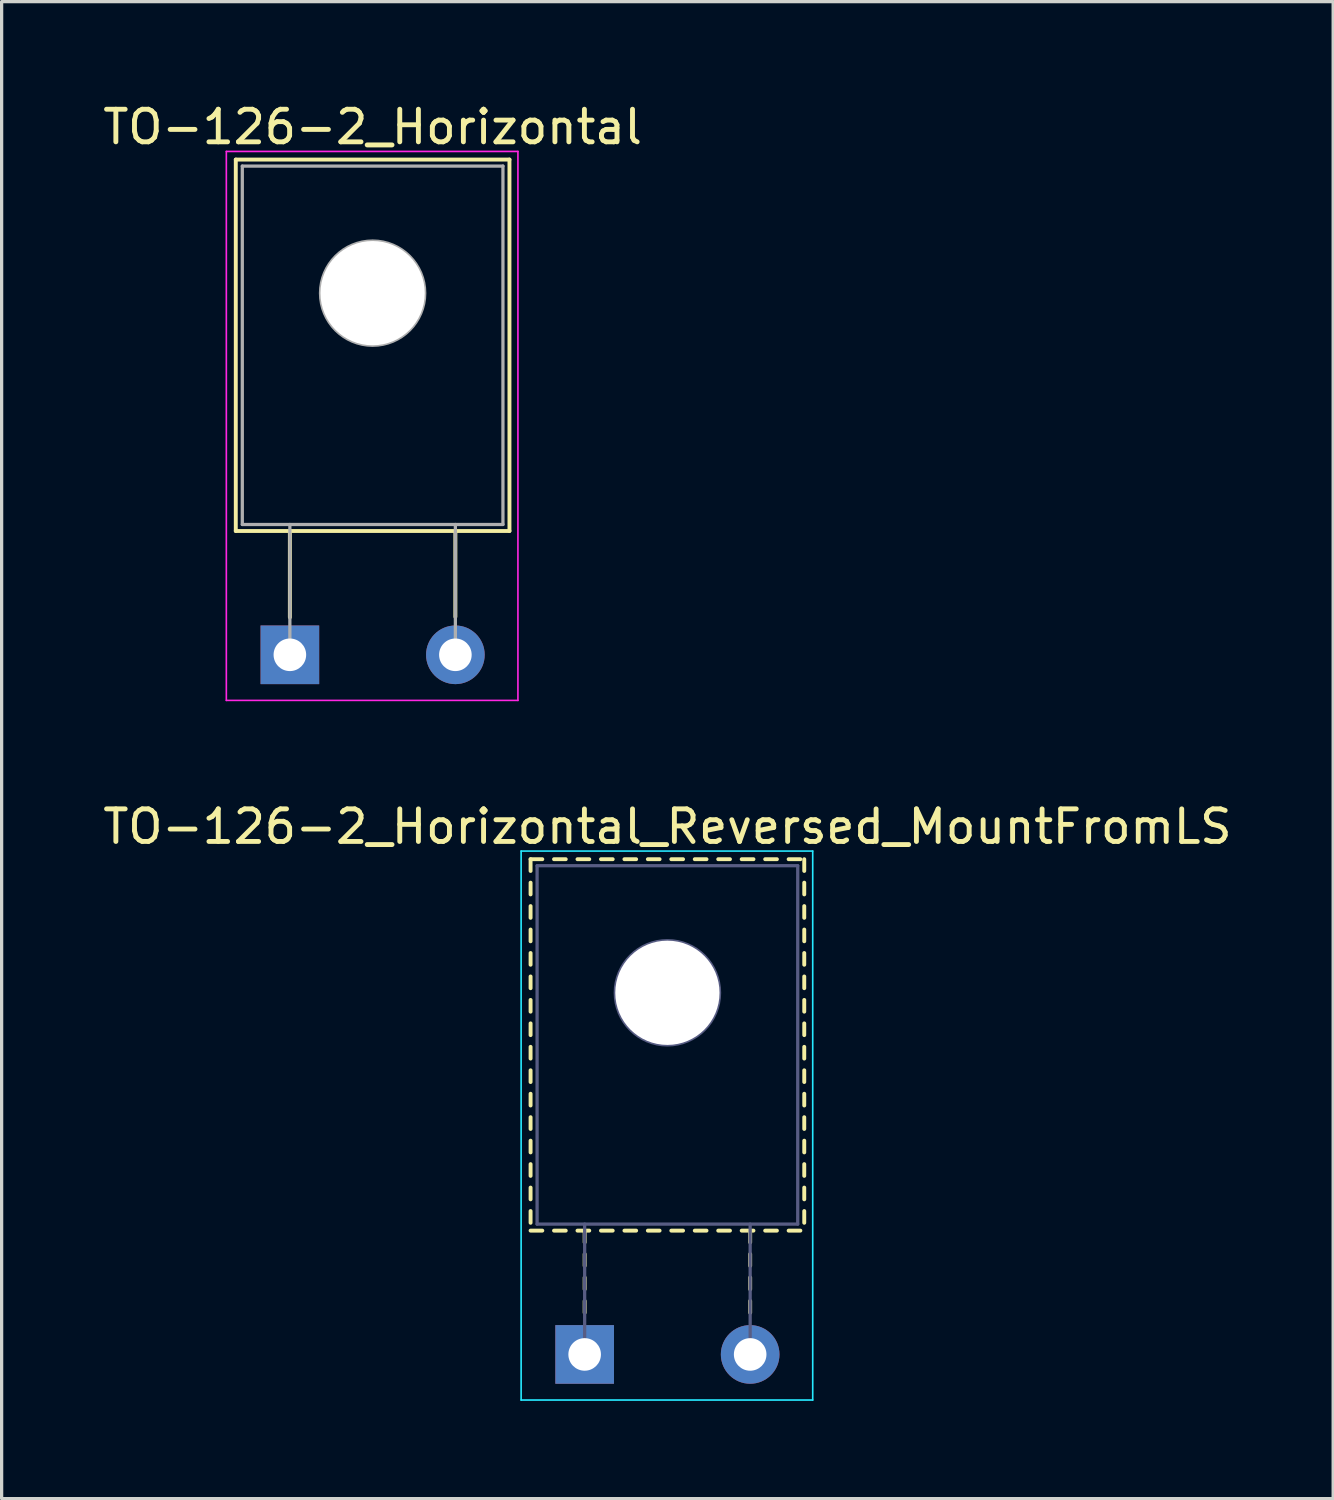
<source format=kicad_pcb>
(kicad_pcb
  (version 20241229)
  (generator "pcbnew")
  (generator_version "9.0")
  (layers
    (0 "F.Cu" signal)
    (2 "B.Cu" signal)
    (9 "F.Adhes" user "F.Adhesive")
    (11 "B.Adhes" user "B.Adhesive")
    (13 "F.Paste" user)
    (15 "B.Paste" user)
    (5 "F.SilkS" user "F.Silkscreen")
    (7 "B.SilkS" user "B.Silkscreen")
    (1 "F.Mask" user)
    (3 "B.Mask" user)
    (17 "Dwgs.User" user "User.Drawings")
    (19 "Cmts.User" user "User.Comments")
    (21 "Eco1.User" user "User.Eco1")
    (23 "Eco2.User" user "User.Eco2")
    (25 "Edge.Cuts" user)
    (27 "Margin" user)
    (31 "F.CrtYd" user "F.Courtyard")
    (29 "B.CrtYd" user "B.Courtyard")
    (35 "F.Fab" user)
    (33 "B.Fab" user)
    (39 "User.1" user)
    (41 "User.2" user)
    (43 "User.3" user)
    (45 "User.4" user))
  (footprint "TO-126-2_Horizontal"
    (layer "F.Cu")
    (at 5.847 17.048)
    (property "Reference" "TO-126-2_Horizontal" (at 2.54 -16.2 0) (layer "F.SilkS") (effects (font (size 1 1) (thickness 0.15))))
    (attr through_hole)
    (fp_line (start -1.66 -15.2) (end -1.66 -3.8) (stroke (width 0.12) (type solid)) (layer "F.SilkS"))
    (fp_line (start -1.66 -15.2) (end 6.74 -15.2) (stroke (width 0.12) (type solid)) (layer "F.SilkS"))
    (fp_line (start -1.66 -3.8) (end 6.74 -3.8) (stroke (width 0.12) (type solid)) (layer "F.SilkS"))
    (fp_line (start 0 -3.8) (end 0 -1.15) (stroke (width 0.12) (type solid)) (layer "F.SilkS"))
    (fp_line (start 5.08 -3.8) (end 5.08 -1.165) (stroke (width 0.12) (type solid)) (layer "F.SilkS"))
    (fp_line (start 6.74 -15.2) (end 6.74 -3.8) (stroke (width 0.12) (type solid)) (layer "F.SilkS"))
    (fp_line (start -1.95 -15.45) (end -1.95 1.4) (stroke (width 0.05) (type solid)) (layer "F.CrtYd"))
    (fp_line (start -1.95 1.4) (end 7 1.4) (stroke (width 0.05) (type solid)) (layer "F.CrtYd"))
    (fp_line (start 7 -15.45) (end -1.95 -15.45) (stroke (width 0.05) (type solid)) (layer "F.CrtYd"))
    (fp_line (start 7 1.4) (end 7 -15.45) (stroke (width 0.05) (type solid)) (layer "F.CrtYd"))
    (fp_line (start -1.46 -15) (end 6.54 -15) (stroke (width 0.1) (type solid)) (layer "F.Fab"))
    (fp_line (start -1.46 -4) (end -1.46 -15) (stroke (width 0.1) (type solid)) (layer "F.Fab"))
    (fp_line (start 0 -4) (end 0 0) (stroke (width 0.1) (type solid)) (layer "F.Fab"))
    (fp_line (start 5.08 -4) (end 5.08 0) (stroke (width 0.1) (type solid)) (layer "F.Fab"))
    (fp_line (start 6.54 -15) (end 6.54 -4) (stroke (width 0.1) (type solid)) (layer "F.Fab"))
    (fp_line (start 6.54 -4) (end -1.46 -4) (stroke (width 0.1) (type solid)) (layer "F.Fab"))
    (fp_circle (center 2.54 -11.1) (end 4.14 -11.1) (stroke (width 0.1) (type solid)) (fill no) (layer "F.Fab"))
    (pad "" np_thru_hole oval (at 2.54 -11.1) (size 3.2 3.2) (drill 3.2) (layers "*.Cu" "*.Mask"))
    (pad "1" thru_hole rect (at 0 0) (size 1.8 1.8) (drill 1) (layers "*.Cu" "*.Mask"))
    (pad "2" thru_hole oval (at 5.08 0) (size 1.8 1.8) (drill 1) (layers "*.Cu" "*.Mask")))
  (footprint "TO-126-2_Horizontal_Reversed_MountFromLS"
    (layer "F.Cu")
    (at 14.895 38.522)
    (property "Reference" "TO-126-2_Horizontal_Reversed_MountFromLS" (at 2.54 -16.2 0) (layer "F.SilkS") (effects (font (size 1 1) (thickness 0.15))))
    (attr through_hole)
    (fp_line (start -1.66 -15.2) (end -1.66 -14.84) (stroke (width 0.12) (type solid)) (layer "F.SilkS"))
    (fp_line (start -1.66 -15.2) (end -1.3 -15.2) (stroke (width 0.12) (type solid)) (layer "F.SilkS"))
    (fp_line (start -1.66 -14.48) (end -1.66 -14.12) (stroke (width 0.12) (type solid)) (layer "F.SilkS"))
    (fp_line (start -1.66 -13.761) (end -1.66 -13.401) (stroke (width 0.12) (type solid)) (layer "F.SilkS"))
    (fp_line (start -1.66 -13.041) (end -1.66 -12.681) (stroke (width 0.12) (type solid)) (layer "F.SilkS"))
    (fp_line (start -1.66 -12.321) (end -1.66 -11.961) (stroke (width 0.12) (type solid)) (layer "F.SilkS"))
    (fp_line (start -1.66 -11.601) (end -1.66 -11.241) (stroke (width 0.12) (type solid)) (layer "F.SilkS"))
    (fp_line (start -1.66 -10.881) (end -1.66 -10.521) (stroke (width 0.12) (type solid)) (layer "F.SilkS"))
    (fp_line (start -1.66 -10.161) (end -1.66 -9.801) (stroke (width 0.12) (type solid)) (layer "F.SilkS"))
    (fp_line (start -1.66 -9.441) (end -1.66 -9.081) (stroke (width 0.12) (type solid)) (layer "F.SilkS"))
    (fp_line (start -1.66 -8.721) (end -1.66 -8.361) (stroke (width 0.12) (type solid)) (layer "F.SilkS"))
    (fp_line (start -1.66 -8.001) (end -1.66 -7.641) (stroke (width 0.12) (type solid)) (layer "F.SilkS"))
    (fp_line (start -1.66 -7.281) (end -1.66 -6.921) (stroke (width 0.12) (type solid)) (layer "F.SilkS"))
    (fp_line (start -1.66 -6.561) (end -1.66 -6.201) (stroke (width 0.12) (type solid)) (layer "F.SilkS"))
    (fp_line (start -1.66 -5.841) (end -1.66 -5.481) (stroke (width 0.12) (type solid)) (layer "F.SilkS"))
    (fp_line (start -1.66 -5.121) (end -1.66 -4.761) (stroke (width 0.12) (type solid)) (layer "F.SilkS"))
    (fp_line (start -1.66 -4.401) (end -1.66 -4.041) (stroke (width 0.12) (type solid)) (layer "F.SilkS"))
    (fp_line (start -1.66 -3.8) (end -1.3 -3.8) (stroke (width 0.12) (type solid)) (layer "F.SilkS"))
    (fp_line (start -0.94 -15.2) (end -0.58 -15.2) (stroke (width 0.12) (type solid)) (layer "F.SilkS"))
    (fp_line (start -0.94 -3.8) (end -0.58 -3.8) (stroke (width 0.12) (type solid)) (layer "F.SilkS"))
    (fp_line (start -0.22 -15.2) (end 0.141 -15.2) (stroke (width 0.12) (type solid)) (layer "F.SilkS"))
    (fp_line (start -0.22 -3.8) (end 0.141 -3.8) (stroke (width 0.12) (type solid)) (layer "F.SilkS"))
    (fp_line (start 0 -3.8) (end 0 -3.44) (stroke (width 0.12) (type solid)) (layer "F.SilkS"))
    (fp_line (start 0 -3.08) (end 0 -2.72) (stroke (width 0.12) (type solid)) (layer "F.SilkS"))
    (fp_line (start 0 -2.361) (end 0 -2.001) (stroke (width 0.12) (type solid)) (layer "F.SilkS"))
    (fp_line (start 0 -1.641) (end 0 -1.281) (stroke (width 0.12) (type solid)) (layer "F.SilkS"))
    (fp_line (start 0.501 -15.2) (end 0.861 -15.2) (stroke (width 0.12) (type solid)) (layer "F.SilkS"))
    (fp_line (start 0.501 -3.8) (end 0.861 -3.8) (stroke (width 0.12) (type solid)) (layer "F.SilkS"))
    (fp_line (start 1.221 -15.2) (end 1.58 -15.2) (stroke (width 0.12) (type solid)) (layer "F.SilkS"))
    (fp_line (start 1.221 -3.8) (end 1.58 -3.8) (stroke (width 0.12) (type solid)) (layer "F.SilkS"))
    (fp_line (start 1.94 -15.2) (end 2.3 -15.2) (stroke (width 0.12) (type solid)) (layer "F.SilkS"))
    (fp_line (start 1.94 -3.8) (end 2.3 -3.8) (stroke (width 0.12) (type solid)) (layer "F.SilkS"))
    (fp_line (start 2.66 -15.2) (end 3.02 -15.2) (stroke (width 0.12) (type solid)) (layer "F.SilkS"))
    (fp_line (start 2.66 -3.8) (end 3.02 -3.8) (stroke (width 0.12) (type solid)) (layer "F.SilkS"))
    (fp_line (start 3.38 -15.2) (end 3.74 -15.2) (stroke (width 0.12) (type solid)) (layer "F.SilkS"))
    (fp_line (start 3.38 -3.8) (end 3.74 -3.8) (stroke (width 0.12) (type solid)) (layer "F.SilkS"))
    (fp_line (start 4.1 -15.2) (end 4.46 -15.2) (stroke (width 0.12) (type solid)) (layer "F.SilkS"))
    (fp_line (start 4.1 -3.8) (end 4.46 -3.8) (stroke (width 0.12) (type solid)) (layer "F.SilkS"))
    (fp_line (start 4.82 -15.2) (end 5.181 -15.2) (stroke (width 0.12) (type solid)) (layer "F.SilkS"))
    (fp_line (start 4.82 -3.8) (end 5.181 -3.8) (stroke (width 0.12) (type solid)) (layer "F.SilkS"))
    (fp_line (start 5.08 -3.8) (end 5.08 -3.44) (stroke (width 0.12) (type solid)) (layer "F.SilkS"))
    (fp_line (start 5.08 -3.08) (end 5.08 -2.72) (stroke (width 0.12) (type solid)) (layer "F.SilkS"))
    (fp_line (start 5.08 -2.361) (end 5.08 -2.001) (stroke (width 0.12) (type solid)) (layer "F.SilkS"))
    (fp_line (start 5.08 -1.641) (end 5.08 -1.281) (stroke (width 0.12) (type solid)) (layer "F.SilkS"))
    (fp_line (start 5.541 -15.2) (end 5.901 -15.2) (stroke (width 0.12) (type solid)) (layer "F.SilkS"))
    (fp_line (start 5.541 -3.8) (end 5.901 -3.8) (stroke (width 0.12) (type solid)) (layer "F.SilkS"))
    (fp_line (start 6.261 -15.2) (end 6.621 -15.2) (stroke (width 0.12) (type solid)) (layer "F.SilkS"))
    (fp_line (start 6.261 -3.8) (end 6.621 -3.8) (stroke (width 0.12) (type solid)) (layer "F.SilkS"))
    (fp_line (start 6.74 -15.2) (end 6.74 -14.84) (stroke (width 0.12) (type solid)) (layer "F.SilkS"))
    (fp_line (start 6.74 -14.48) (end 6.74 -14.12) (stroke (width 0.12) (type solid)) (layer "F.SilkS"))
    (fp_line (start 6.74 -13.761) (end 6.74 -13.401) (stroke (width 0.12) (type solid)) (layer "F.SilkS"))
    (fp_line (start 6.74 -13.041) (end 6.74 -12.681) (stroke (width 0.12) (type solid)) (layer "F.SilkS"))
    (fp_line (start 6.74 -12.321) (end 6.74 -11.961) (stroke (width 0.12) (type solid)) (layer "F.SilkS"))
    (fp_line (start 6.74 -11.601) (end 6.74 -11.241) (stroke (width 0.12) (type solid)) (layer "F.SilkS"))
    (fp_line (start 6.74 -10.881) (end 6.74 -10.521) (stroke (width 0.12) (type solid)) (layer "F.SilkS"))
    (fp_line (start 6.74 -10.161) (end 6.74 -9.801) (stroke (width 0.12) (type solid)) (layer "F.SilkS"))
    (fp_line (start 6.74 -9.441) (end 6.74 -9.081) (stroke (width 0.12) (type solid)) (layer "F.SilkS"))
    (fp_line (start 6.74 -8.721) (end 6.74 -8.361) (stroke (width 0.12) (type solid)) (layer "F.SilkS"))
    (fp_line (start 6.74 -8.001) (end 6.74 -7.641) (stroke (width 0.12) (type solid)) (layer "F.SilkS"))
    (fp_line (start 6.74 -7.281) (end 6.74 -6.921) (stroke (width 0.12) (type solid)) (layer "F.SilkS"))
    (fp_line (start 6.74 -6.561) (end 6.74 -6.201) (stroke (width 0.12) (type solid)) (layer "F.SilkS"))
    (fp_line (start 6.74 -5.841) (end 6.74 -5.481) (stroke (width 0.12) (type solid)) (layer "F.SilkS"))
    (fp_line (start 6.74 -5.121) (end 6.74 -4.761) (stroke (width 0.12) (type solid)) (layer "F.SilkS"))
    (fp_line (start 6.74 -4.401) (end 6.74 -4.041) (stroke (width 0.12) (type solid)) (layer "F.SilkS"))
    (fp_line (start -1.95 -15.45) (end -1.95 1.4) (stroke (width 0.05) (type solid)) (layer "B.CrtYd"))
    (fp_line (start -1.95 1.4) (end 7 1.4) (stroke (width 0.05) (type solid)) (layer "B.CrtYd"))
    (fp_line (start 7 -15.45) (end -1.95 -15.45) (stroke (width 0.05) (type solid)) (layer "B.CrtYd"))
    (fp_line (start 7 1.4) (end 7 -15.45) (stroke (width 0.05) (type solid)) (layer "B.CrtYd"))
    (fp_line (start -1.46 -15) (end 6.54 -15) (stroke (width 0.1) (type solid)) (layer "B.Fab"))
    (fp_line (start -1.46 -4) (end -1.46 -15) (stroke (width 0.1) (type solid)) (layer "B.Fab"))
    (fp_line (start 0 -4) (end 0 0) (stroke (width 0.1) (type solid)) (layer "B.Fab"))
    (fp_line (start 5.08 -4) (end 5.08 0) (stroke (width 0.1) (type solid)) (layer "B.Fab"))
    (fp_line (start 6.54 -15) (end 6.54 -4) (stroke (width 0.1) (type solid)) (layer "B.Fab"))
    (fp_line (start 6.54 -4) (end -1.46 -4) (stroke (width 0.1) (type solid)) (layer "B.Fab"))
    (fp_circle (center 2.54 -11.1) (end 4.14 -11.1) (stroke (width 0.1) (type solid)) (fill no) (layer "B.Fab"))
    (pad "" np_thru_hole oval (at 2.54 -11.1) (size 3.2 3.2) (drill 3.2) (layers "*.Cu" "*.Mask"))
    (pad "1" thru_hole rect (at 0 0) (size 1.8 1.8) (drill 1) (layers "*.Cu" "*.Mask"))
    (pad "2" thru_hole oval (at 5.08 0) (size 1.8 1.8) (drill 1) (layers "*.Cu" "*.Mask")))
  (gr_rect
    (start -3 -3)
    (end 37.869 42.947)
    (stroke (width 0.1) (type default))
    (fill no)
    (layer "Edge.Cuts")))
</source>
